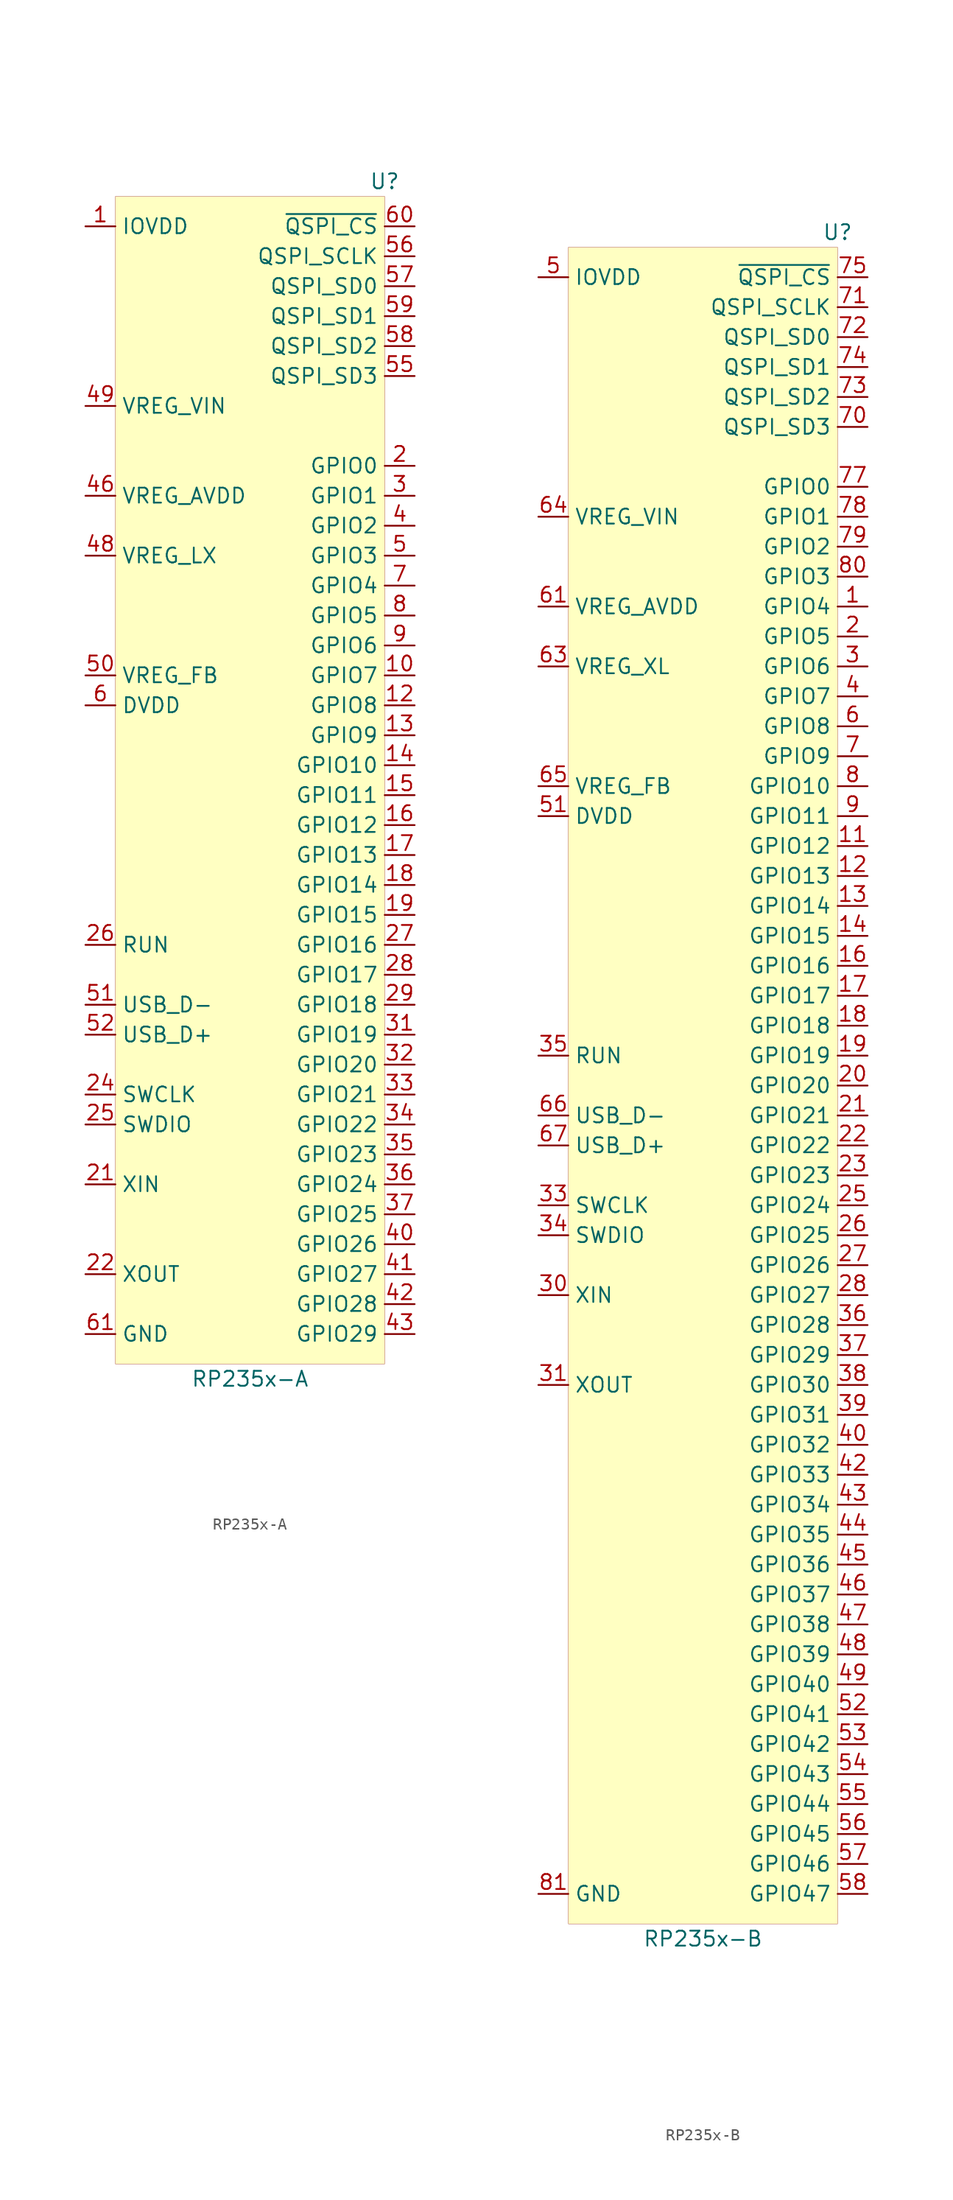
<source format=kicad_sym>
(kicad_symbol_lib
  (version 20231120)
  (generator "kicad_symbol_editor")
  (generator_version "8.0")
  (symbol "RP235x-A"
    (property "Reference" "U"
      (at 11.43 39.37 0)
      (effects (font (size 1.27 1.27))))
    (property "Value" "RP235x-A"
      (at 0 -62.23 0)
      (effects (font (size 1.27 1.27))))
    (symbol "RP235x-A_0_0"
      (pin power_in line (at -13.97 35.56 0) (length 2.54) (name "IOVDD" (effects (font (size 1.27 1.27)))) (number "1" (effects (font (size 1.27 1.27)))))
      (pin bidirectional line (at 13.97 -2.54 180) (length 2.54) (name "GPIO7" (effects (font (size 1.27 1.27)))) (number "10" (effects (font (size 1.27 1.27)))))
      (pin passive line (at -13.97 35.56 0) (length 2.54) hide (name "IOVDD" (effects (font (size 1.27 1.27)))) (number "11" (effects (font (size 1.27 1.27)))))
      (pin bidirectional line (at 13.97 -5.08 180) (length 2.54) (name "GPIO8" (effects (font (size 1.27 1.27)))) (number "12" (effects (font (size 1.27 1.27)))))
      (pin bidirectional line (at 13.97 -7.62 180) (length 2.54) (name "GPIO9" (effects (font (size 1.27 1.27)))) (number "13" (effects (font (size 1.27 1.27)))))
      (pin bidirectional line (at 13.97 -10.16 180) (length 2.54) (name "GPIO10" (effects (font (size 1.27 1.27)))) (number "14" (effects (font (size 1.27 1.27)))))
      (pin bidirectional line (at 13.97 -12.7 180) (length 2.54) (name "GPIO11" (effects (font (size 1.27 1.27)))) (number "15" (effects (font (size 1.27 1.27)))))
      (pin bidirectional line (at 13.97 -15.24 180) (length 2.54) (name "GPIO12" (effects (font (size 1.27 1.27)))) (number "16" (effects (font (size 1.27 1.27)))))
      (pin bidirectional line (at 13.97 -17.78 180) (length 2.54) (name "GPIO13" (effects (font (size 1.27 1.27)))) (number "17" (effects (font (size 1.27 1.27)))))
      (pin bidirectional line (at 13.97 -20.32 180) (length 2.54) (name "GPIO14" (effects (font (size 1.27 1.27)))) (number "18" (effects (font (size 1.27 1.27)))))
      (pin bidirectional line (at 13.97 -22.86 180) (length 2.54) (name "GPIO15" (effects (font (size 1.27 1.27)))) (number "19" (effects (font (size 1.27 1.27)))))
      (pin bidirectional line (at 13.97 15.24 180) (length 2.54) (name "GPIO0" (effects (font (size 1.27 1.27)))) (number "2" (effects (font (size 1.27 1.27)))))
      (pin passive line (at -13.97 35.56 0) (length 2.54) hide (name "IOVDD" (effects (font (size 1.27 1.27)))) (number "20" (effects (font (size 1.27 1.27)))))
      (pin input line (at -13.97 -45.72 0) (length 2.54) (name "XIN" (effects (font (size 1.27 1.27)))) (number "21" (effects (font (size 1.27 1.27)))))
      (pin output line (at -13.97 -53.34 0) (length 2.54) (name "XOUT" (effects (font (size 1.27 1.27)))) (number "22" (effects (font (size 1.27 1.27)))))
      (pin passive line (at -13.97 -5.08 0) (length 2.54) hide (name "DVDD" (effects (font (size 1.27 1.27)))) (number "23" (effects (font (size 1.27 1.27)))))
      (pin input line (at -13.97 -38.1 0) (length 2.54) (name "SWCLK" (effects (font (size 1.27 1.27)))) (number "24" (effects (font (size 1.27 1.27)))))
      (pin bidirectional line (at -13.97 -40.64 0) (length 2.54) (name "SWDIO" (effects (font (size 1.27 1.27)))) (number "25" (effects (font (size 1.27 1.27)))))
      (pin input line (at -13.97 -25.4 0) (length 2.54) (name "RUN" (effects (font (size 1.27 1.27)))) (number "26" (effects (font (size 1.27 1.27)))))
      (pin bidirectional line (at 13.97 -25.4 180) (length 2.54) (name "GPIO16" (effects (font (size 1.27 1.27)))) (number "27" (effects (font (size 1.27 1.27)))))
      (pin bidirectional line (at 13.97 -27.94 180) (length 2.54) (name "GPIO17" (effects (font (size 1.27 1.27)))) (number "28" (effects (font (size 1.27 1.27)))))
      (pin bidirectional line (at 13.97 -30.48 180) (length 2.54) (name "GPIO18" (effects (font (size 1.27 1.27)))) (number "29" (effects (font (size 1.27 1.27)))))
      (pin bidirectional line (at 13.97 12.7 180) (length 2.54) (name "GPIO1" (effects (font (size 1.27 1.27)))) (number "3" (effects (font (size 1.27 1.27)))))
      (pin passive line (at -13.97 35.56 0) (length 2.54) hide (name "IOVDD" (effects (font (size 1.27 1.27)))) (number "30" (effects (font (size 1.27 1.27)))))
      (pin bidirectional line (at 13.97 -33.02 180) (length 2.54) (name "GPIO19" (effects (font (size 1.27 1.27)))) (number "31" (effects (font (size 1.27 1.27)))))
      (pin bidirectional line (at 13.97 -35.56 180) (length 2.54) (name "GPIO20" (effects (font (size 1.27 1.27)))) (number "32" (effects (font (size 1.27 1.27)))))
      (pin bidirectional line (at 13.97 -38.1 180) (length 2.54) (name "GPIO21" (effects (font (size 1.27 1.27)))) (number "33" (effects (font (size 1.27 1.27)))))
      (pin bidirectional line (at 13.97 -40.64 180) (length 2.54) (name "GPIO22" (effects (font (size 1.27 1.27)))) (number "34" (effects (font (size 1.27 1.27)))))
      (pin bidirectional line (at 13.97 -43.18 180) (length 2.54) (name "GPIO23" (effects (font (size 1.27 1.27)))) (number "35" (effects (font (size 1.27 1.27)))))
      (pin bidirectional line (at 13.97 -45.72 180) (length 2.54) (name "GPIO24" (effects (font (size 1.27 1.27)))) (number "36" (effects (font (size 1.27 1.27)))))
      (pin bidirectional line (at 13.97 -48.26 180) (length 2.54) (name "GPIO25" (effects (font (size 1.27 1.27)))) (number "37" (effects (font (size 1.27 1.27)))))
      (pin passive line (at -13.97 35.56 0) (length 2.54) hide (name "IOVDD" (effects (font (size 1.27 1.27)))) (number "38" (effects (font (size 1.27 1.27)))))
      (pin passive line (at -13.97 -5.08 0) (length 2.54) hide (name "DVDD" (effects (font (size 1.27 1.27)))) (number "39" (effects (font (size 1.27 1.27)))))
      (pin bidirectional line (at 13.97 10.16 180) (length 2.54) (name "GPIO2" (effects (font (size 1.27 1.27)))) (number "4" (effects (font (size 1.27 1.27)))))
      (pin bidirectional line (at 13.97 -50.8 180) (length 2.54) (name "GPIO26" (effects (font (size 1.27 1.27)))) (number "40" (effects (font (size 1.27 1.27)))))
      (pin bidirectional line (at 13.97 -53.34 180) (length 2.54) (name "GPIO27" (effects (font (size 1.27 1.27)))) (number "41" (effects (font (size 1.27 1.27)))))
      (pin bidirectional line (at 13.97 -55.88 180) (length 2.54) (name "GPIO28" (effects (font (size 1.27 1.27)))) (number "42" (effects (font (size 1.27 1.27)))))
      (pin bidirectional line (at 13.97 -58.42 180) (length 2.54) (name "GPIO29" (effects (font (size 1.27 1.27)))) (number "43" (effects (font (size 1.27 1.27)))))
      (pin passive line (at -13.97 35.56 0) (length 2.54) hide (name "IOVDD" (effects (font (size 1.27 1.27)))) (number "44" (effects (font (size 1.27 1.27)))))
      (pin passive line (at -13.97 35.56 0) (length 2.54) hide (name "IOVDD" (effects (font (size 1.27 1.27)))) (number "45" (effects (font (size 1.27 1.27)))))
      (pin power_out line (at -13.97 7.62 0) (length 2.54) (name "VREG_LX" (effects (font (size 1.27 1.27)))) (number "48" (effects (font (size 1.27 1.27)))))
      (pin power_in line (at -13.97 20.32 0) (length 2.54) (name "VREG_VIN" (effects (font (size 1.27 1.27)))) (number "49" (effects (font (size 1.27 1.27)))))
      (pin bidirectional line (at 13.97 7.62 180) (length 2.54) (name "GPIO3" (effects (font (size 1.27 1.27)))) (number "5" (effects (font (size 1.27 1.27)))))
      (pin power_in line (at -13.97 -2.54 0) (length 2.54) (name "VREG_FB" (effects (font (size 1.27 1.27)))) (number "50" (effects (font (size 1.27 1.27)))))
      (pin bidirectional line (at -13.97 -30.48 0) (length 2.54) (name "USB_D-" (effects (font (size 1.27 1.27)))) (number "51" (effects (font (size 1.27 1.27)))))
      (pin bidirectional line (at -13.97 -33.02 0) (length 2.54) (name "USB_D+" (effects (font (size 1.27 1.27)))) (number "52" (effects (font (size 1.27 1.27)))))
      (pin passive line (at -13.97 35.56 0) (length 2.54) hide (name "IOVDD" (effects (font (size 1.27 1.27)))) (number "53" (effects (font (size 1.27 1.27)))))
      (pin bidirectional line (at 13.97 22.86 180) (length 2.54) (name "QSPI_SD3" (effects (font (size 1.27 1.27)))) (number "55" (effects (font (size 1.27 1.27)))))
      (pin output line (at 13.97 33.02 180) (length 2.54) (name "QSPI_SCLK" (effects (font (size 1.27 1.27)))) (number "56" (effects (font (size 1.27 1.27)))))
      (pin bidirectional line (at 13.97 30.48 180) (length 2.54) (name "QSPI_SD0" (effects (font (size 1.27 1.27)))) (number "57" (effects (font (size 1.27 1.27)))))
      (pin bidirectional line (at 13.97 25.4 180) (length 2.54) (name "QSPI_SD2" (effects (font (size 1.27 1.27)))) (number "58" (effects (font (size 1.27 1.27)))))
      (pin bidirectional line (at 13.97 27.94 180) (length 2.54) (name "QSPI_SD1" (effects (font (size 1.27 1.27)))) (number "59" (effects (font (size 1.27 1.27)))))
      (pin power_in line (at -13.97 -5.08 0) (length 2.54) (name "DVDD" (effects (font (size 1.27 1.27)))) (number "6" (effects (font (size 1.27 1.27)))))
      (pin input line (at 13.97 35.56 180) (length 2.54) (name "~{QSPI_CS}" (effects (font (size 1.27 1.27)))) (number "60" (effects (font (size 1.27 1.27)))))
      (pin power_in line (at -13.97 -58.42 0) (length 2.54) (name "GND" (effects (font (size 1.27 1.27)))) (number "61" (effects (font (size 1.27 1.27)))))
      (pin bidirectional line (at 13.97 5.08 180) (length 2.54) (name "GPIO4" (effects (font (size 1.27 1.27)))) (number "7" (effects (font (size 1.27 1.27)))))
      (pin bidirectional line (at 13.97 2.54 180) (length 2.54) (name "GPIO5" (effects (font (size 1.27 1.27)))) (number "8" (effects (font (size 1.27 1.27)))))
      (pin bidirectional line (at 13.97 0 180) (length 2.54) (name "GPIO6" (effects (font (size 1.27 1.27)))) (number "9" (effects (font (size 1.27 1.27))))))
    (symbol "RP235x-A_0_1"
      (rectangle (start -11.43 38.1) (end 11.43 -60.96) (stroke (width 0.001) (type default)) (fill (type background))))
    (symbol "RP235x-A_1_0"
      (pin power_in line (at -13.97 12.7 0) (length 2.54) (name "VREG_AVDD" (effects (font (size 1.27 1.27)))) (number "46" (effects (font (size 1.27 1.27)))))
      (pin passive line (at -13.97 -58.42 0) (length 2.54) hide (name "GND" (effects (font (size 1.27 1.27)))) (number "47" (effects (font (size 1.27 1.27)))))
      (pin passive line (at -13.97 35.56 0) (length 2.54) hide (name "IOVDD" (effects (font (size 1.27 1.27)))) (number "54" (effects (font (size 1.27 1.27)))))))
  (symbol "RP235x-B"
    (property "Reference" "U"
      (at 11.43 67.31 0)
      (effects (font (size 1.27 1.27))))
    (property "Value" "RP235x-B"
      (at 0 -77.47 0)
      (effects (font (size 1.27 1.27))))
    (symbol "RP235x-B_0_0"
      (pin bidirectional line (at 13.97 35.56 180) (length 2.54) (name "GPIO4" (effects (font (size 1.27 1.27)))) (number "1" (effects (font (size 1.27 1.27)))))
      (pin passive line (at -13.97 17.78 0) (length 2.54) hide (name "DVDD" (effects (font (size 1.27 1.27)))) (number "10" (effects (font (size 1.27 1.27)))))
      (pin bidirectional line (at 13.97 15.24 180) (length 2.54) (name "GPIO12" (effects (font (size 1.27 1.27)))) (number "11" (effects (font (size 1.27 1.27)))))
      (pin bidirectional line (at 13.97 12.7 180) (length 2.54) (name "GPIO13" (effects (font (size 1.27 1.27)))) (number "12" (effects (font (size 1.27 1.27)))))
      (pin bidirectional line (at 13.97 10.16 180) (length 2.54) (name "GPIO14" (effects (font (size 1.27 1.27)))) (number "13" (effects (font (size 1.27 1.27)))))
      (pin bidirectional line (at 13.97 7.62 180) (length 2.54) (name "GPIO15" (effects (font (size 1.27 1.27)))) (number "14" (effects (font (size 1.27 1.27)))))
      (pin bidirectional line (at 13.97 5.08 180) (length 2.54) (name "GPIO16" (effects (font (size 1.27 1.27)))) (number "16" (effects (font (size 1.27 1.27)))))
      (pin bidirectional line (at 13.97 2.54 180) (length 2.54) (name "GPIO17" (effects (font (size 1.27 1.27)))) (number "17" (effects (font (size 1.27 1.27)))))
      (pin bidirectional line (at 13.97 0 180) (length 2.54) (name "GPIO18" (effects (font (size 1.27 1.27)))) (number "18" (effects (font (size 1.27 1.27)))))
      (pin bidirectional line (at 13.97 -2.54 180) (length 2.54) (name "GPIO19" (effects (font (size 1.27 1.27)))) (number "19" (effects (font (size 1.27 1.27)))))
      (pin bidirectional line (at 13.97 33.02 180) (length 2.54) (name "GPIO5" (effects (font (size 1.27 1.27)))) (number "2" (effects (font (size 1.27 1.27)))))
      (pin bidirectional line (at 13.97 -5.08 180) (length 2.54) (name "GPIO20" (effects (font (size 1.27 1.27)))) (number "20" (effects (font (size 1.27 1.27)))))
      (pin bidirectional line (at 13.97 -7.62 180) (length 2.54) (name "GPIO21" (effects (font (size 1.27 1.27)))) (number "21" (effects (font (size 1.27 1.27)))))
      (pin bidirectional line (at 13.97 -10.16 180) (length 2.54) (name "GPIO22" (effects (font (size 1.27 1.27)))) (number "22" (effects (font (size 1.27 1.27)))))
      (pin bidirectional line (at 13.97 -12.7 180) (length 2.54) (name "GPIO23" (effects (font (size 1.27 1.27)))) (number "23" (effects (font (size 1.27 1.27)))))
      (pin passive line (at -13.97 63.5 0) (length 2.54) hide (name "IOVDD" (effects (font (size 1.27 1.27)))) (number "24" (effects (font (size 1.27 1.27)))))
      (pin bidirectional line (at 13.97 -15.24 180) (length 2.54) (name "GPIO24" (effects (font (size 1.27 1.27)))) (number "25" (effects (font (size 1.27 1.27)))))
      (pin bidirectional line (at 13.97 -17.78 180) (length 2.54) (name "GPIO25" (effects (font (size 1.27 1.27)))) (number "26" (effects (font (size 1.27 1.27)))))
      (pin bidirectional line (at 13.97 -20.32 180) (length 2.54) (name "GPIO26" (effects (font (size 1.27 1.27)))) (number "27" (effects (font (size 1.27 1.27)))))
      (pin bidirectional line (at 13.97 -22.86 180) (length 2.54) (name "GPIO27" (effects (font (size 1.27 1.27)))) (number "28" (effects (font (size 1.27 1.27)))))
      (pin passive line (at -13.97 63.5 0) (length 2.54) hide (name "IOVDD" (effects (font (size 1.27 1.27)))) (number "29" (effects (font (size 1.27 1.27)))))
      (pin bidirectional line (at 13.97 30.48 180) (length 2.54) (name "GPIO6" (effects (font (size 1.27 1.27)))) (number "3" (effects (font (size 1.27 1.27)))))
      (pin input line (at -13.97 -22.86 0) (length 2.54) (name "XIN" (effects (font (size 1.27 1.27)))) (number "30" (effects (font (size 1.27 1.27)))))
      (pin output line (at -13.97 -30.48 0) (length 2.54) (name "XOUT" (effects (font (size 1.27 1.27)))) (number "31" (effects (font (size 1.27 1.27)))))
      (pin passive line (at -13.97 17.78 0) (length 2.54) hide (name "DVDD" (effects (font (size 1.27 1.27)))) (number "32" (effects (font (size 1.27 1.27)))))
      (pin input line (at -13.97 -15.24 0) (length 2.54) (name "SWCLK" (effects (font (size 1.27 1.27)))) (number "33" (effects (font (size 1.27 1.27)))))
      (pin bidirectional line (at -13.97 -17.78 0) (length 2.54) (name "SWDIO" (effects (font (size 1.27 1.27)))) (number "34" (effects (font (size 1.27 1.27)))))
      (pin input line (at -13.97 -2.54 0) (length 2.54) (name "RUN" (effects (font (size 1.27 1.27)))) (number "35" (effects (font (size 1.27 1.27)))))
      (pin bidirectional line (at 13.97 -25.4 180) (length 2.54) (name "GPIO28" (effects (font (size 1.27 1.27)))) (number "36" (effects (font (size 1.27 1.27)))))
      (pin bidirectional line (at 13.97 -27.94 180) (length 2.54) (name "GPIO29" (effects (font (size 1.27 1.27)))) (number "37" (effects (font (size 1.27 1.27)))))
      (pin bidirectional line (at 13.97 -30.48 180) (length 2.54) (name "GPIO30" (effects (font (size 1.27 1.27)))) (number "38" (effects (font (size 1.27 1.27)))))
      (pin bidirectional line (at 13.97 -33.02 180) (length 2.54) (name "GPIO31" (effects (font (size 1.27 1.27)))) (number "39" (effects (font (size 1.27 1.27)))))
      (pin bidirectional line (at 13.97 27.94 180) (length 2.54) (name "GPIO7" (effects (font (size 1.27 1.27)))) (number "4" (effects (font (size 1.27 1.27)))))
      (pin bidirectional line (at 13.97 -35.56 180) (length 2.54) (name "GPIO32" (effects (font (size 1.27 1.27)))) (number "40" (effects (font (size 1.27 1.27)))))
      (pin passive line (at -13.97 63.5 0) (length 2.54) hide (name "IOVDD" (effects (font (size 1.27 1.27)))) (number "41" (effects (font (size 1.27 1.27)))))
      (pin bidirectional line (at 13.97 -38.1 180) (length 2.54) (name "GPIO33" (effects (font (size 1.27 1.27)))) (number "42" (effects (font (size 1.27 1.27)))))
      (pin bidirectional line (at 13.97 -40.64 180) (length 2.54) (name "GPIO34" (effects (font (size 1.27 1.27)))) (number "43" (effects (font (size 1.27 1.27)))))
      (pin bidirectional line (at 13.97 -43.18 180) (length 2.54) (name "GPIO35" (effects (font (size 1.27 1.27)))) (number "44" (effects (font (size 1.27 1.27)))))
      (pin bidirectional line (at 13.97 -45.72 180) (length 2.54) (name "GPIO36" (effects (font (size 1.27 1.27)))) (number "45" (effects (font (size 1.27 1.27)))))
      (pin bidirectional line (at 13.97 -48.26 180) (length 2.54) (name "GPIO37" (effects (font (size 1.27 1.27)))) (number "46" (effects (font (size 1.27 1.27)))))
      (pin bidirectional line (at 13.97 -50.8 180) (length 2.54) (name "GPIO38" (effects (font (size 1.27 1.27)))) (number "47" (effects (font (size 1.27 1.27)))))
      (pin bidirectional line (at 13.97 -53.34 180) (length 2.54) (name "GPIO39" (effects (font (size 1.27 1.27)))) (number "48" (effects (font (size 1.27 1.27)))))
      (pin bidirectional line (at 13.97 -55.88 180) (length 2.54) (name "GPIO40" (effects (font (size 1.27 1.27)))) (number "49" (effects (font (size 1.27 1.27)))))
      (pin power_in line (at -13.97 63.5 0) (length 2.54) (name "IOVDD" (effects (font (size 1.27 1.27)))) (number "5" (effects (font (size 1.27 1.27)))))
      (pin passive line (at -13.97 63.5 0) (length 2.54) hide (name "IOVDD" (effects (font (size 1.27 1.27)))) (number "50" (effects (font (size 1.27 1.27)))))
      (pin input line (at -13.97 17.78 0) (length 2.54) (name "DVDD" (effects (font (size 1.27 1.27)))) (number "51" (effects (font (size 1.27 1.27)))))
      (pin bidirectional line (at 13.97 -58.42 180) (length 2.54) (name "GPIO41" (effects (font (size 1.27 1.27)))) (number "52" (effects (font (size 1.27 1.27)))))
      (pin bidirectional line (at 13.97 -60.96 180) (length 2.54) (name "GPIO42" (effects (font (size 1.27 1.27)))) (number "53" (effects (font (size 1.27 1.27)))))
      (pin bidirectional line (at 13.97 -63.5 180) (length 2.54) (name "GPIO43" (effects (font (size 1.27 1.27)))) (number "54" (effects (font (size 1.27 1.27)))))
      (pin bidirectional line (at 13.97 -66.04 180) (length 2.54) (name "GPIO44" (effects (font (size 1.27 1.27)))) (number "55" (effects (font (size 1.27 1.27)))))
      (pin bidirectional line (at 13.97 -68.58 180) (length 2.54) (name "GPIO45" (effects (font (size 1.27 1.27)))) (number "56" (effects (font (size 1.27 1.27)))))
      (pin bidirectional line (at 13.97 -71.12 180) (length 2.54) (name "GPIO46" (effects (font (size 1.27 1.27)))) (number "57" (effects (font (size 1.27 1.27)))))
      (pin bidirectional line (at 13.97 -73.66 180) (length 2.54) (name "GPIO47" (effects (font (size 1.27 1.27)))) (number "58" (effects (font (size 1.27 1.27)))))
      (pin passive line (at -13.97 63.5 0) (length 2.54) hide (name "IOVDD" (effects (font (size 1.27 1.27)))) (number "59" (effects (font (size 1.27 1.27)))))
      (pin bidirectional line (at 13.97 25.4 180) (length 2.54) (name "GPIO8" (effects (font (size 1.27 1.27)))) (number "6" (effects (font (size 1.27 1.27)))))
      (pin passive line (at -13.97 63.5 0) (length 2.54) hide (name "IOVDD" (effects (font (size 1.27 1.27)))) (number "60" (effects (font (size 1.27 1.27)))))
      (pin passive line (at -13.97 -73.66 0) (length 2.54) hide (name "GND" (effects (font (size 1.27 1.27)))) (number "62" (effects (font (size 1.27 1.27)))))
      (pin power_out line (at -13.97 30.48 0) (length 2.54) (name "VREG_XL" (effects (font (size 1.27 1.27)))) (number "63" (effects (font (size 1.27 1.27)))))
      (pin power_in line (at -13.97 43.18 0) (length 2.54) (name "VREG_VIN" (effects (font (size 1.27 1.27)))) (number "64" (effects (font (size 1.27 1.27)))))
      (pin bidirectional line (at -13.97 -7.62 0) (length 2.54) (name "USB_D-" (effects (font (size 1.27 1.27)))) (number "66" (effects (font (size 1.27 1.27)))))
      (pin bidirectional line (at -13.97 -10.16 0) (length 2.54) (name "USB_D+" (effects (font (size 1.27 1.27)))) (number "67" (effects (font (size 1.27 1.27)))))
      (pin passive line (at -13.97 63.5 0) (length 2.54) hide (name "IOVDD" (effects (font (size 1.27 1.27)))) (number "68" (effects (font (size 1.27 1.27)))))
      (pin passive line (at -13.97 63.5 0) (length 2.54) hide (name "IOVDD" (effects (font (size 1.27 1.27)))) (number "69" (effects (font (size 1.27 1.27)))))
      (pin bidirectional line (at 13.97 22.86 180) (length 2.54) (name "GPIO9" (effects (font (size 1.27 1.27)))) (number "7" (effects (font (size 1.27 1.27)))))
      (pin bidirectional line (at 13.97 50.8 180) (length 2.54) (name "QSPI_SD3" (effects (font (size 1.27 1.27)))) (number "70" (effects (font (size 1.27 1.27)))))
      (pin output line (at 13.97 60.96 180) (length 2.54) (name "QSPI_SCLK" (effects (font (size 1.27 1.27)))) (number "71" (effects (font (size 1.27 1.27)))))
      (pin bidirectional line (at 13.97 58.42 180) (length 2.54) (name "QSPI_SD0" (effects (font (size 1.27 1.27)))) (number "72" (effects (font (size 1.27 1.27)))))
      (pin bidirectional line (at 13.97 53.34 180) (length 2.54) (name "QSPI_SD2" (effects (font (size 1.27 1.27)))) (number "73" (effects (font (size 1.27 1.27)))))
      (pin bidirectional line (at 13.97 55.88 180) (length 2.54) (name "QSPI_SD1" (effects (font (size 1.27 1.27)))) (number "74" (effects (font (size 1.27 1.27)))))
      (pin passive line (at -13.97 63.5 0) (length 2.54) hide (name "IOVDD" (effects (font (size 1.27 1.27)))) (number "76" (effects (font (size 1.27 1.27)))))
      (pin bidirectional line (at 13.97 45.72 180) (length 2.54) (name "GPIO0" (effects (font (size 1.27 1.27)))) (number "77" (effects (font (size 1.27 1.27)))))
      (pin bidirectional line (at 13.97 43.18 180) (length 2.54) (name "GPIO1" (effects (font (size 1.27 1.27)))) (number "78" (effects (font (size 1.27 1.27)))))
      (pin bidirectional line (at 13.97 40.64 180) (length 2.54) (name "GPIO2" (effects (font (size 1.27 1.27)))) (number "79" (effects (font (size 1.27 1.27)))))
      (pin bidirectional line (at 13.97 20.32 180) (length 2.54) (name "GPIO10" (effects (font (size 1.27 1.27)))) (number "8" (effects (font (size 1.27 1.27)))))
      (pin bidirectional line (at 13.97 38.1 180) (length 2.54) (name "GPIO3" (effects (font (size 1.27 1.27)))) (number "80" (effects (font (size 1.27 1.27)))))
      (pin power_in line (at -13.97 -73.66 0) (length 2.54) (name "GND" (effects (font (size 1.27 1.27)))) (number "81" (effects (font (size 1.27 1.27)))))
      (pin bidirectional line (at 13.97 17.78 180) (length 2.54) (name "GPIO11" (effects (font (size 1.27 1.27)))) (number "9" (effects (font (size 1.27 1.27))))))
    (symbol "RP235x-B_0_1"
      (rectangle (start -11.43 66.04) (end 11.43 -76.2) (stroke (width 0.001) (type default)) (fill (type background))))
    (symbol "RP235x-B_1_0"
      (pin passive line (at -13.97 63.5 0) (length 2.54) hide (name "IOVDD" (effects (font (size 1.27 1.27)))) (number "15" (effects (font (size 1.27 1.27)))))
      (pin input line (at -13.97 35.56 0) (length 2.54) (name "VREG_AVDD" (effects (font (size 1.27 1.27)))) (number "61" (effects (font (size 1.27 1.27)))))
      (pin input line (at -13.97 20.32 0) (length 2.54) (name "VREG_FB" (effects (font (size 1.27 1.27)))) (number "65" (effects (font (size 1.27 1.27)))))
      (pin input line (at 13.97 63.5 180) (length 2.54) (name "~{QSPI_CS}" (effects (font (size 1.27 1.27)))) (number "75" (effects (font (size 1.27 1.27))))))))
</source>
